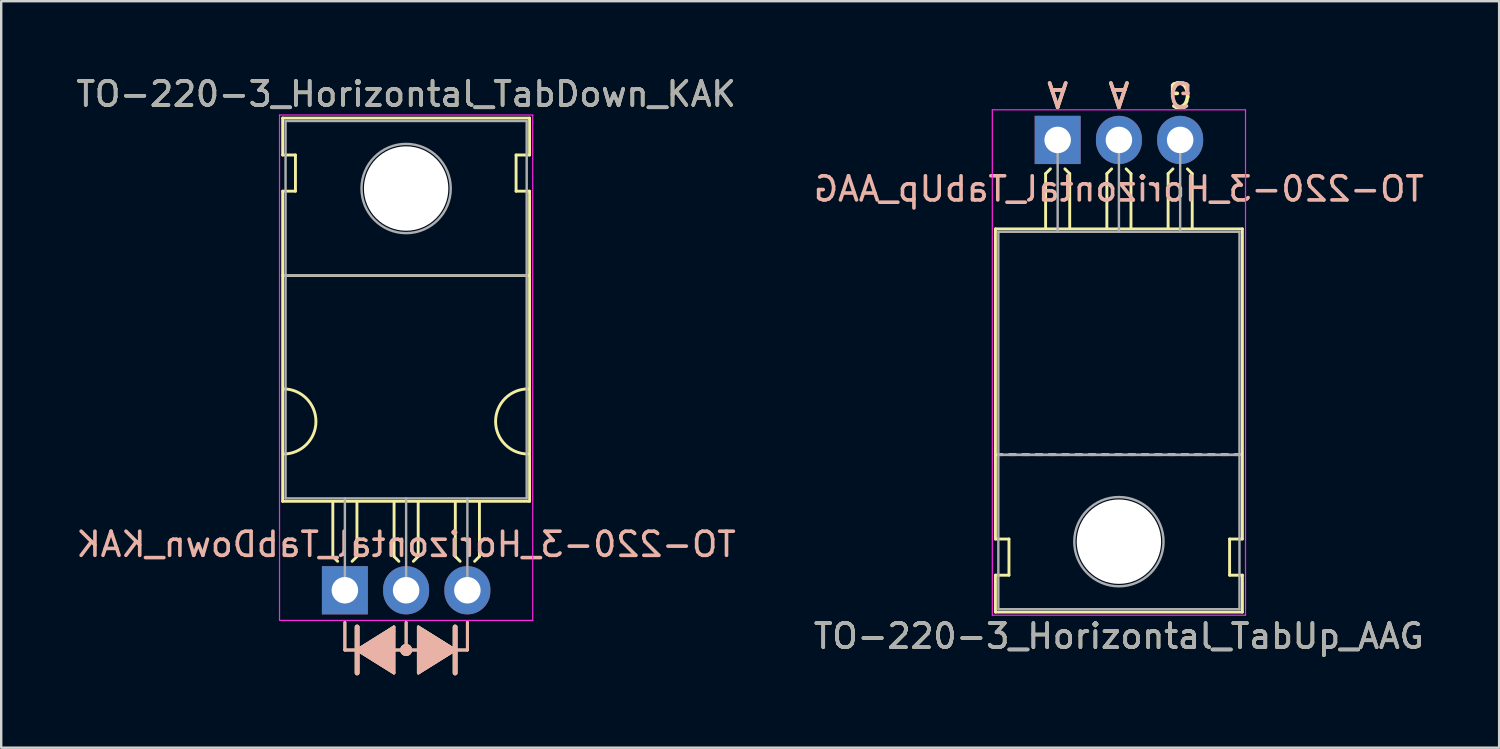
<source format=kicad_pcb>
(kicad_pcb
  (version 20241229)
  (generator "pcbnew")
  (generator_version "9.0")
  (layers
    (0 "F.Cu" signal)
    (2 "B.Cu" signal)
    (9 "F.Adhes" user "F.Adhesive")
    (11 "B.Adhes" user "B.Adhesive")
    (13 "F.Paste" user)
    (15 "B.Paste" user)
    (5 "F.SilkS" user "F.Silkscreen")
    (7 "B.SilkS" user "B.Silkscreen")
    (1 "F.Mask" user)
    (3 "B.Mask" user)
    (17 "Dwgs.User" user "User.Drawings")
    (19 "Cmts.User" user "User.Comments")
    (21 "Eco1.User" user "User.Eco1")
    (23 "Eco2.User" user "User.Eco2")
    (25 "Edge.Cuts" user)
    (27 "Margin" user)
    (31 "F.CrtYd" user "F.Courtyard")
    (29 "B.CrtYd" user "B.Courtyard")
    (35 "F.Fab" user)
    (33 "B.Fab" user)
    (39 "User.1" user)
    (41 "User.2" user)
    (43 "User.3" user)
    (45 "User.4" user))
  (footprint "TO-220-3_Horizontal_TabDown_KAK"
    (layer "F.Cu")
    (at 11.252 21.428)
    (property "Reference" "TO-220-3_Horizontal_TabDown_KAK" (at 2.54 -20.58 0) (layer "F.SilkS") (effects (font (size 1 1) (thickness 0.15))))
    (fp_line (start -2.58 -19.58) (end -2.58 -18.05) (stroke (width 0.12) (type solid)) (layer "F.SilkS"))
    (fp_line (start -2.58 -19.58) (end 7.66 -19.58) (stroke (width 0.12) (type solid)) (layer "F.SilkS"))
    (fp_line (start -2.58 -18.05) (end -2.05 -18.05) (stroke (width 0.12) (type solid)) (layer "F.SilkS"))
    (fp_line (start -2.58 -16.55) (end -2.58 -3.69) (stroke (width 0.12) (type solid)) (layer "F.SilkS"))
    (fp_line (start -2.58 -3.69) (end 7.66 -3.69) (stroke (width 0.12) (type solid)) (layer "F.SilkS"))
    (fp_line (start -2.575 -13.05) (end 7.65 -13.05) (stroke (width 0.12) (type solid)) (layer "F.SilkS"))
    (fp_line (start -2.05 -18.05) (end -2.05 -16.55) (stroke (width 0.12) (type solid)) (layer "F.SilkS"))
    (fp_line (start -2.05 -16.55) (end -2.575 -16.55) (stroke (width 0.12) (type solid)) (layer "F.SilkS"))
    (fp_line (start -0.5 -3.65) (end -0.5 -1.4) (stroke (width 0.12) (type solid)) (layer "F.SilkS"))
    (fp_line (start -0.5 -1.4) (end -0.3 -1.2) (stroke (width 0.12) (type solid)) (layer "F.SilkS"))
    (fp_line (start 0 1.333) (end 0 2.477) (stroke (width 0.12) (type solid)) (layer "F.SilkS"))
    (fp_line (start 0 2.477) (end 0.508 2.477) (stroke (width 0.12) (type solid)) (layer "F.SilkS"))
    (fp_line (start 0.5 -3.65) (end 0.5 -1.4) (stroke (width 0.12) (type solid)) (layer "F.SilkS"))
    (fp_line (start 0.5 -1.4) (end 0.3 -1.2) (stroke (width 0.12) (type solid)) (layer "F.SilkS"))
    (fp_line (start 0.508 1.524) (end 0.508 3.429) (stroke (width 0.2) (type solid)) (layer "F.SilkS"))
    (fp_line (start 0.508 2.477) (end 2.032 1.524) (stroke (width 0.12) (type solid)) (layer "F.SilkS"))
    (fp_line (start 0.508 2.477) (end 2.032 3.429) (stroke (width 0.12) (type solid)) (layer "F.SilkS"))
    (fp_line (start 2.032 1.714) (end 2.032 1.524) (stroke (width 0.12) (type solid)) (layer "F.SilkS"))
    (fp_line (start 2.032 3.429) (end 2.032 1.714) (stroke (width 0.12) (type solid)) (layer "F.SilkS"))
    (fp_line (start 2.04 -3.65) (end 2.04 -1.4) (stroke (width 0.12) (type solid)) (layer "F.SilkS"))
    (fp_line (start 2.04 -1.4) (end 2.24 -1.2) (stroke (width 0.12) (type solid)) (layer "F.SilkS"))
    (fp_line (start 2.54 1.333) (end 2.54 2.477) (stroke (width 0.12) (type solid)) (layer "F.SilkS"))
    (fp_line (start 2.54 2.477) (end 2.032 2.477) (stroke (width 0.12) (type solid)) (layer "F.SilkS"))
    (fp_line (start 2.54 2.477) (end 3.048 2.477) (stroke (width 0.12) (type solid)) (layer "F.SilkS"))
    (fp_line (start 3.04 -3.65) (end 3.04 -1.4) (stroke (width 0.12) (type solid)) (layer "F.SilkS"))
    (fp_line (start 3.04 -1.4) (end 2.84 -1.2) (stroke (width 0.12) (type solid)) (layer "F.SilkS"))
    (fp_line (start 3.048 1.524) (end 3.048 3.429) (stroke (width 0.12) (type solid)) (layer "F.SilkS"))
    (fp_line (start 3.048 3.429) (end 4.572 2.477) (stroke (width 0.12) (type solid)) (layer "F.SilkS"))
    (fp_line (start 4.572 2.477) (end 3.048 1.524) (stroke (width 0.12) (type solid)) (layer "F.SilkS"))
    (fp_line (start 4.572 3.429) (end 4.572 1.524) (stroke (width 0.2) (type solid)) (layer "F.SilkS"))
    (fp_line (start 4.58 -3.65) (end 4.58 -1.4) (stroke (width 0.12) (type solid)) (layer "F.SilkS"))
    (fp_line (start 4.58 -1.4) (end 4.78 -1.2) (stroke (width 0.12) (type solid)) (layer "F.SilkS"))
    (fp_line (start 5.08 1.333) (end 5.08 2.477) (stroke (width 0.12) (type solid)) (layer "F.SilkS"))
    (fp_line (start 5.08 2.477) (end 4.572 2.477) (stroke (width 0.12) (type solid)) (layer "F.SilkS"))
    (fp_line (start 5.58 -3.65) (end 5.58 -1.4) (stroke (width 0.12) (type solid)) (layer "F.SilkS"))
    (fp_line (start 5.58 -1.4) (end 5.38 -1.2) (stroke (width 0.12) (type solid)) (layer "F.SilkS"))
    (fp_line (start 7.1 -18.05) (end 7.66 -18.05) (stroke (width 0.12) (type solid)) (layer "F.SilkS"))
    (fp_line (start 7.1 -16.55) (end 7.1 -18.05) (stroke (width 0.12) (type solid)) (layer "F.SilkS"))
    (fp_line (start 7.66 -19.58) (end 7.66 -18.05) (stroke (width 0.12) (type solid)) (layer "F.SilkS"))
    (fp_line (start 7.66 -16.55) (end 7.1 -16.55) (stroke (width 0.12) (type solid)) (layer "F.SilkS"))
    (fp_line (start 7.66 -16.55) (end 7.66 -3.69) (stroke (width 0.12) (type solid)) (layer "F.SilkS"))
    (fp_arc (start -2.55 -8.35) (mid -1.2 -7) (end -2.55 -5.65) (stroke (width 0.12) (type solid)) (layer "F.SilkS"))
    (fp_arc (start 7.6 -5.65) (mid 6.25 -7) (end 7.6 -8.35) (stroke (width 0.12) (type solid)) (layer "F.SilkS"))
    (fp_circle (center 2.54 2.477) (end 2.54 2.54) (stroke (width 0.12) (type solid)) (fill no) (layer "F.SilkS"))
    (fp_circle (center 2.54 2.477) (end 2.54 2.603) (stroke (width 0.12) (type solid)) (fill no) (layer "F.SilkS"))
    (fp_circle (center 2.54 2.477) (end 2.54 2.667) (stroke (width 0.12) (type solid)) (fill no) (layer "F.SilkS"))
    (fp_poly (pts (xy 0.508 2.477) (xy 2.032 1.524) (xy 2.032 3.429)) (stroke (width 0.1) (type solid)) (fill yes) (layer "F.SilkS"))
    (fp_poly (pts (xy 3.048 1.524) (xy 4.572 2.477) (xy 3.048 3.429)) (stroke (width 0.1) (type solid)) (fill yes) (layer "F.SilkS"))
    (fp_line (start 0 1.333) (end 0 2.477) (stroke (width 0.12) (type solid)) (layer "B.SilkS"))
    (fp_line (start 0 2.477) (end 0.508 2.477) (stroke (width 0.12) (type solid)) (layer "B.SilkS"))
    (fp_line (start 0.508 2.477) (end 2.032 1.524) (stroke (width 0.12) (type solid)) (layer "B.SilkS"))
    (fp_line (start 0.508 3.429) (end 0.508 1.524) (stroke (width 0.2) (type solid)) (layer "B.SilkS"))
    (fp_line (start 2.032 1.524) (end 2.032 3.429) (stroke (width 0.12) (type solid)) (layer "B.SilkS"))
    (fp_line (start 2.032 3.429) (end 0.508 2.477) (stroke (width 0.12) (type solid)) (layer "B.SilkS"))
    (fp_line (start 2.54 1.333) (end 2.54 2.477) (stroke (width 0.12) (type solid)) (layer "B.SilkS"))
    (fp_line (start 2.54 2.477) (end 2.032 2.477) (stroke (width 0.12) (type solid)) (layer "B.SilkS"))
    (fp_line (start 2.54 2.477) (end 3.048 2.477) (stroke (width 0.12) (type solid)) (layer "B.SilkS"))
    (fp_line (start 3.048 1.714) (end 3.048 1.524) (stroke (width 0.12) (type solid)) (layer "B.SilkS"))
    (fp_line (start 3.048 3.429) (end 3.048 1.714) (stroke (width 0.12) (type solid)) (layer "B.SilkS"))
    (fp_line (start 4.572 1.524) (end 4.572 3.429) (stroke (width 0.2) (type solid)) (layer "B.SilkS"))
    (fp_line (start 4.572 2.477) (end 3.048 1.524) (stroke (width 0.12) (type solid)) (layer "B.SilkS"))
    (fp_line (start 4.572 2.477) (end 3.048 3.429) (stroke (width 0.12) (type solid)) (layer "B.SilkS"))
    (fp_line (start 5.08 1.333) (end 5.08 2.477) (stroke (width 0.12) (type solid)) (layer "B.SilkS"))
    (fp_line (start 5.08 2.477) (end 4.572 2.477) (stroke (width 0.12) (type solid)) (layer "B.SilkS"))
    (fp_circle (center 2.54 2.477) (end 2.54 2.54) (stroke (width 0.12) (type solid)) (fill no) (layer "B.SilkS"))
    (fp_circle (center 2.54 2.477) (end 2.54 2.603) (stroke (width 0.12) (type solid)) (fill no) (layer "B.SilkS"))
    (fp_circle (center 2.54 2.477) (end 2.54 2.667) (stroke (width 0.12) (type solid)) (fill no) (layer "B.SilkS"))
    (fp_poly (pts (xy 2.032 1.524) (xy 0.508 2.477) (xy 2.032 3.429)) (stroke (width 0.1) (type solid)) (fill yes) (layer "B.SilkS"))
    (fp_poly (pts (xy 4.572 2.477) (xy 3.048 1.524) (xy 3.048 3.429)) (stroke (width 0.1) (type solid)) (fill yes) (layer "B.SilkS"))
    (fp_line (start -2.71 -19.71) (end -2.71 1.25) (stroke (width 0.05) (type solid)) (layer "F.CrtYd"))
    (fp_line (start -2.71 1.25) (end 7.79 1.25) (stroke (width 0.05) (type solid)) (layer "F.CrtYd"))
    (fp_line (start 7.79 -19.71) (end -2.71 -19.71) (stroke (width 0.05) (type solid)) (layer "F.CrtYd"))
    (fp_line (start 7.79 1.25) (end 7.79 -19.71) (stroke (width 0.05) (type solid)) (layer "F.CrtYd"))
    (fp_line (start -2.46 -19.46) (end 7.54 -19.46) (stroke (width 0.1) (type solid)) (layer "F.Fab"))
    (fp_line (start -2.46 -13.06) (end -2.46 -19.46) (stroke (width 0.1) (type solid)) (layer "F.Fab"))
    (fp_line (start -2.46 -13.06) (end 7.54 -13.06) (stroke (width 0.1) (type solid)) (layer "F.Fab"))
    (fp_line (start -2.46 -3.81) (end -2.46 -13.06) (stroke (width 0.1) (type solid)) (layer "F.Fab"))
    (fp_line (start 0 -3.81) (end 0 0) (stroke (width 0.1) (type solid)) (layer "F.Fab"))
    (fp_line (start 2.54 -3.81) (end 2.54 0) (stroke (width 0.1) (type solid)) (layer "F.Fab"))
    (fp_line (start 5.08 -3.81) (end 5.08 0) (stroke (width 0.1) (type solid)) (layer "F.Fab"))
    (fp_line (start 7.54 -19.46) (end 7.54 -13.06) (stroke (width 0.1) (type solid)) (layer "F.Fab"))
    (fp_line (start 7.54 -13.06) (end -2.46 -13.06) (stroke (width 0.1) (type solid)) (layer "F.Fab"))
    (fp_line (start 7.54 -13.06) (end 7.54 -3.81) (stroke (width 0.1) (type solid)) (layer "F.Fab"))
    (fp_line (start 7.54 -3.81) (end -2.46 -3.81) (stroke (width 0.1) (type solid)) (layer "F.Fab"))
    (fp_circle (center 2.54 -16.66) (end 4.39 -16.66) (stroke (width 0.1) (type solid)) (fill no) (layer "F.Fab"))
    (fp_text user "${REFERENCE}" (at 2.54 -1.905 0) (layer "B.SilkS") (effects (font (size 1 1) (thickness 0.15)) (justify mirror)))
    (fp_text user "${REFERENCE}" (at 2.54 -20.58 0) (layer "F.Fab") (effects (font (size 1 1) (thickness 0.15))))
    (pad "" np_thru_hole oval (at 2.54 -16.66) (size 3.5 3.5) (drill 3.5) (layers "*.Cu" "*.Mask"))
    (pad "1" thru_hole rect (at 0 0) (size 1.905 2) (drill 1.1) (layers "*.Cu" "*.Mask"))
    (pad "2" thru_hole oval (at 2.54 0) (size 1.905 2) (drill 1.1) (layers "*.Cu" "*.Mask"))
    (pad "3" thru_hole oval (at 5.08 0) (size 1.905 2) (drill 1.1) (layers "*.Cu" "*.Mask")))
  (footprint "TO-220-3_Horizontal_TabUp_AAG"
    (layer "F.Cu")
    (at 40.811 2.753)
    (property "Reference" "TO-220-3_Horizontal_TabUp_AAG" (at 2.54 20.58 0) (layer "F.SilkS") (effects (font (size 1 1) (thickness 0.15))))
    (fp_line (start -2.58 16.55) (end -2.58 3.69) (stroke (width 0.12) (type solid)) (layer "F.SilkS"))
    (fp_line (start -2.58 16.55) (end -2.02 16.55) (stroke (width 0.12) (type solid)) (layer "F.SilkS"))
    (fp_line (start -2.58 19.58) (end -2.58 18.05) (stroke (width 0.12) (type solid)) (layer "F.SilkS"))
    (fp_line (start -2.3 13.05) (end -2.55 13.05) (stroke (width 0.12) (type solid)) (layer "F.SilkS"))
    (fp_line (start -2.02 16.55) (end -2.02 18.05) (stroke (width 0.12) (type solid)) (layer "F.SilkS"))
    (fp_line (start -2.02 18.05) (end -2.58 18.05) (stroke (width 0.12) (type solid)) (layer "F.SilkS"))
    (fp_line (start -1.75 13.05) (end -2 13.05) (stroke (width 0.12) (type solid)) (layer "F.SilkS"))
    (fp_line (start -1.2 13.05) (end -1.45 13.05) (stroke (width 0.12) (type solid)) (layer "F.SilkS"))
    (fp_line (start -0.65 13.05) (end -0.9 13.05) (stroke (width 0.12) (type solid)) (layer "F.SilkS"))
    (fp_line (start -0.5 1.4) (end -0.3 1.2) (stroke (width 0.12) (type solid)) (layer "F.SilkS"))
    (fp_line (start -0.5 3.65) (end -0.5 1.4) (stroke (width 0.12) (type solid)) (layer "F.SilkS"))
    (fp_line (start -0.1 13.05) (end -0.35 13.05) (stroke (width 0.12) (type solid)) (layer "F.SilkS"))
    (fp_line (start 0.45 13.05) (end 0.2 13.05) (stroke (width 0.12) (type solid)) (layer "F.SilkS"))
    (fp_line (start 0.5 1.4) (end 0.3 1.2) (stroke (width 0.12) (type solid)) (layer "F.SilkS"))
    (fp_line (start 0.5 3.65) (end 0.5 1.4) (stroke (width 0.12) (type solid)) (layer "F.SilkS"))
    (fp_line (start 1 13.05) (end 0.75 13.05) (stroke (width 0.12) (type solid)) (layer "F.SilkS"))
    (fp_line (start 1.55 13.05) (end 1.3 13.05) (stroke (width 0.12) (type solid)) (layer "F.SilkS"))
    (fp_line (start 2.04 1.4) (end 2.24 1.2) (stroke (width 0.12) (type solid)) (layer "F.SilkS"))
    (fp_line (start 2.04 3.65) (end 2.04 1.4) (stroke (width 0.12) (type solid)) (layer "F.SilkS"))
    (fp_line (start 2.1 13.05) (end 1.85 13.05) (stroke (width 0.12) (type solid)) (layer "F.SilkS"))
    (fp_line (start 2.65 13.05) (end 2.4 13.05) (stroke (width 0.12) (type solid)) (layer "F.SilkS"))
    (fp_line (start 3.04 1.4) (end 2.84 1.2) (stroke (width 0.12) (type solid)) (layer "F.SilkS"))
    (fp_line (start 3.04 3.65) (end 3.04 1.4) (stroke (width 0.12) (type solid)) (layer "F.SilkS"))
    (fp_line (start 3.2 13.05) (end 2.95 13.05) (stroke (width 0.12) (type solid)) (layer "F.SilkS"))
    (fp_line (start 3.75 13.05) (end 3.5 13.05) (stroke (width 0.12) (type solid)) (layer "F.SilkS"))
    (fp_line (start 4.3 13.05) (end 4.05 13.05) (stroke (width 0.12) (type solid)) (layer "F.SilkS"))
    (fp_line (start 4.58 1.4) (end 4.78 1.2) (stroke (width 0.12) (type solid)) (layer "F.SilkS"))
    (fp_line (start 4.58 3.65) (end 4.58 1.4) (stroke (width 0.12) (type solid)) (layer "F.SilkS"))
    (fp_line (start 4.85 13.05) (end 4.6 13.05) (stroke (width 0.12) (type solid)) (layer "F.SilkS"))
    (fp_line (start 5.4 13.05) (end 5.15 13.05) (stroke (width 0.12) (type solid)) (layer "F.SilkS"))
    (fp_line (start 5.58 1.4) (end 5.38 1.2) (stroke (width 0.12) (type solid)) (layer "F.SilkS"))
    (fp_line (start 5.58 3.65) (end 5.58 1.4) (stroke (width 0.12) (type solid)) (layer "F.SilkS"))
    (fp_line (start 5.95 13.05) (end 5.7 13.05) (stroke (width 0.12) (type solid)) (layer "F.SilkS"))
    (fp_line (start 6.5 13.05) (end 6.25 13.05) (stroke (width 0.12) (type solid)) (layer "F.SilkS"))
    (fp_line (start 7.05 13.05) (end 6.8 13.05) (stroke (width 0.12) (type solid)) (layer "F.SilkS"))
    (fp_line (start 7.13 16.55) (end 7.655 16.55) (stroke (width 0.12) (type solid)) (layer "F.SilkS"))
    (fp_line (start 7.13 18.05) (end 7.13 16.55) (stroke (width 0.12) (type solid)) (layer "F.SilkS"))
    (fp_line (start 7.6 13.05) (end 7.35 13.05) (stroke (width 0.12) (type solid)) (layer "F.SilkS"))
    (fp_line (start 7.66 3.69) (end -2.58 3.69) (stroke (width 0.12) (type solid)) (layer "F.SilkS"))
    (fp_line (start 7.66 16.55) (end 7.66 3.69) (stroke (width 0.12) (type solid)) (layer "F.SilkS"))
    (fp_line (start 7.66 18.05) (end 7.13 18.05) (stroke (width 0.12) (type solid)) (layer "F.SilkS"))
    (fp_line (start 7.66 19.58) (end -2.58 19.58) (stroke (width 0.12) (type solid)) (layer "F.SilkS"))
    (fp_line (start 7.66 19.58) (end 7.66 18.05) (stroke (width 0.12) (type solid)) (layer "F.SilkS"))
    (fp_line (start -2.71 -1.25) (end -2.71 19.71) (stroke (width 0.05) (type solid)) (layer "F.CrtYd"))
    (fp_line (start -2.71 19.71) (end 7.79 19.71) (stroke (width 0.05) (type solid)) (layer "F.CrtYd"))
    (fp_line (start 7.79 -1.25) (end -2.71 -1.25) (stroke (width 0.05) (type solid)) (layer "F.CrtYd"))
    (fp_line (start 7.79 19.71) (end 7.79 -1.25) (stroke (width 0.05) (type solid)) (layer "F.CrtYd"))
    (fp_line (start -2.46 3.81) (end -2.46 13.06) (stroke (width 0.1) (type solid)) (layer "F.Fab"))
    (fp_line (start -2.46 13.06) (end -2.46 19.46) (stroke (width 0.1) (type solid)) (layer "F.Fab"))
    (fp_line (start -2.46 13.06) (end 7.54 13.06) (stroke (width 0.1) (type solid)) (layer "F.Fab"))
    (fp_line (start -2.46 19.46) (end 7.54 19.46) (stroke (width 0.1) (type solid)) (layer "F.Fab"))
    (fp_line (start 0 3.81) (end 0 0) (stroke (width 0.1) (type solid)) (layer "F.Fab"))
    (fp_line (start 2.54 3.81) (end 2.54 0) (stroke (width 0.1) (type solid)) (layer "F.Fab"))
    (fp_line (start 5.08 3.81) (end 5.08 0) (stroke (width 0.1) (type solid)) (layer "F.Fab"))
    (fp_line (start 7.54 3.81) (end -2.46 3.81) (stroke (width 0.1) (type solid)) (layer "F.Fab"))
    (fp_line (start 7.54 13.06) (end -2.46 13.06) (stroke (width 0.1) (type solid)) (layer "F.Fab"))
    (fp_line (start 7.54 13.06) (end 7.54 3.81) (stroke (width 0.1) (type solid)) (layer "F.Fab"))
    (fp_line (start 7.54 19.46) (end 7.54 13.06) (stroke (width 0.1) (type solid)) (layer "F.Fab"))
    (fp_circle (center 2.54 16.66) (end 4.39 16.66) (stroke (width 0.1) (type solid)) (fill no) (layer "F.Fab"))
    (fp_text user "A" (at 2.54 -1.905 180) (unlocked yes) (layer "F.SilkS") (effects (font (size 1 1) (thickness 0.15))))
    (fp_text user "A" (at 0 -1.905 180) (unlocked yes) (layer "F.SilkS") (effects (font (size 1 1) (thickness 0.15))))
    (fp_text user "G" (at 5.08 -1.905 180) (unlocked yes) (layer "F.SilkS") (effects (font (size 1 1) (thickness 0.15))))
    (fp_text user "A" (at 0 -1.905 180) (unlocked yes) (layer "B.SilkS") (effects (font (size 1 1) (thickness 0.15)) (justify mirror)))
    (fp_text user "${REFERENCE}" (at 2.54 2.032 0) (layer "B.SilkS") (effects (font (size 1 1) (thickness 0.15)) (justify mirror)))
    (fp_text user "A" (at 2.54 -1.905 180) (unlocked yes) (layer "B.SilkS") (effects (font (size 1 1) (thickness 0.15)) (justify mirror)))
    (fp_text user "G" (at 5.08 -1.905 180) (unlocked yes) (layer "B.SilkS") (effects (font (size 1 1) (thickness 0.15)) (justify mirror)))
    (fp_text user "${REFERENCE}" (at 2.54 20.58 0) (layer "F.Fab") (effects (font (size 1 1) (thickness 0.15))))
    (pad "" np_thru_hole oval (at 2.54 16.66) (size 3.5 3.5) (drill 3.5) (layers "*.Cu" "*.Mask"))
    (pad "1" thru_hole rect (at 0 0) (size 1.905 2) (drill 1.1) (layers "*.Cu" "*.Mask"))
    (pad "2" thru_hole oval (at 2.54 0) (size 1.905 2) (drill 1.1) (layers "*.Cu" "*.Mask"))
    (pad "3" thru_hole oval (at 5.08 0) (size 1.905 2) (drill 1.1) (layers "*.Cu" "*.Mask")))
  (gr_rect
    (start -3 -3)
    (end 59.119 27.957)
    (stroke (width 0.1) (type default))
    (fill no)
    (layer "Edge.Cuts")))
</source>
